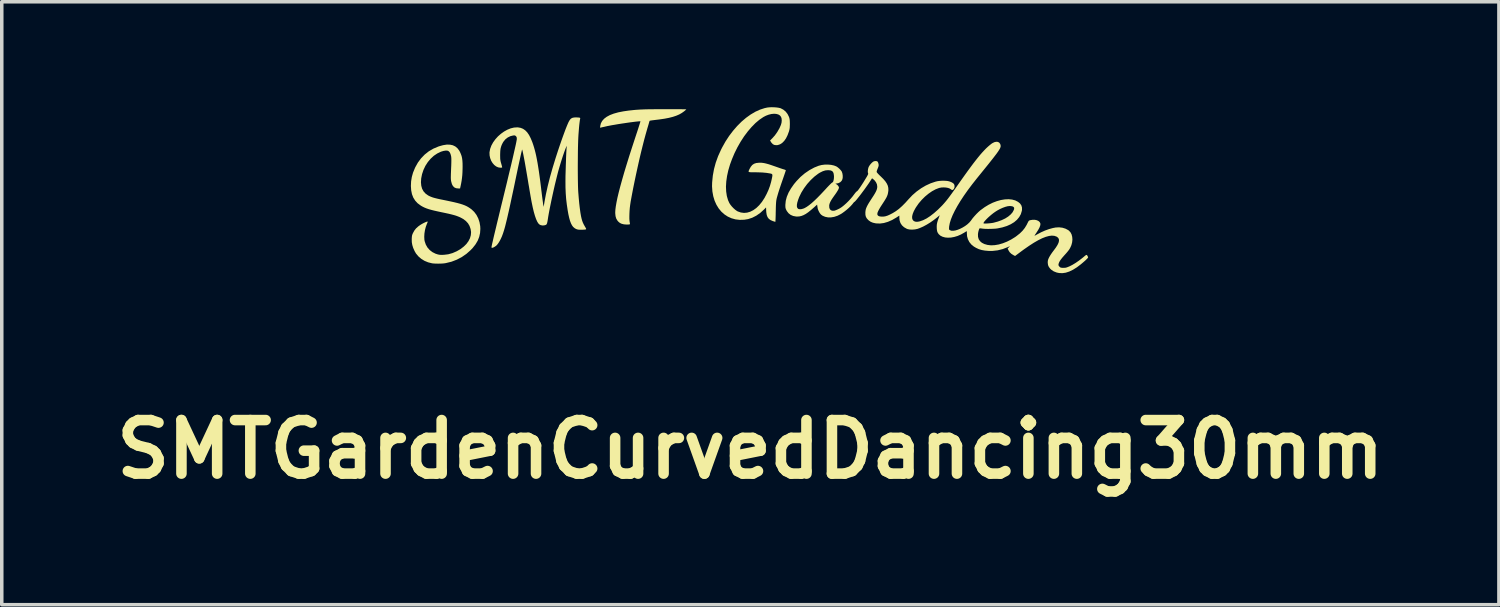
<source format=kicad_pcb>
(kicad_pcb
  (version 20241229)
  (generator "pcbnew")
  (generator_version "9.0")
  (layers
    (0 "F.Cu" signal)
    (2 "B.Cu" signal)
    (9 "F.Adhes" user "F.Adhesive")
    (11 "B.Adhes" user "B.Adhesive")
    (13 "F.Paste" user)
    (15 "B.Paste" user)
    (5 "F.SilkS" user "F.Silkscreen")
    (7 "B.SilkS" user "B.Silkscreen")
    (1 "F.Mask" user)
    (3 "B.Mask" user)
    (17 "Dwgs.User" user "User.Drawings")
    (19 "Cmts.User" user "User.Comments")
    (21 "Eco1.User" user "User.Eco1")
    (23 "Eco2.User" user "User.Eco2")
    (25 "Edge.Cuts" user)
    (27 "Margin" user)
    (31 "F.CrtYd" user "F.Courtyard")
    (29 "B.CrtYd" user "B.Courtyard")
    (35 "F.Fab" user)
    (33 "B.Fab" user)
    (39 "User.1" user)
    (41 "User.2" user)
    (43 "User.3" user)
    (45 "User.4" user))
  (footprint "SMTGardenCurvedDancing30mm"
    (layer "F.Cu")
    (at 18.295 9.734)
    (property "Reference" "SMTGardenCurvedDancing30mm" (at 0 0 0) (layer "F.SilkS") (effects (font (size 1.524 1.524) (thickness 0.3))))
    (attr board_only exclude_from_pos_files exclude_from_bom)
    (fp_poly (pts (xy -2.226 -9.678) (xy -2.131 -9.677) (xy -2.046 -9.677) (xy -1.971 -9.677) (xy -1.91 -9.676) (xy -1.863 -9.675) (xy -1.833 -9.674) (xy -1.821 -9.673) (xy -1.821 -9.673) (xy -1.828 -9.665) (xy -1.847 -9.647) (xy -1.875 -9.624) (xy -1.883 -9.617) (xy -1.949 -9.57) (xy -2.023 -9.528) (xy -2.107 -9.492) (xy -2.203 -9.46) (xy -2.313 -9.432) (xy -2.437 -9.408) (xy -2.579 -9.387) (xy -2.678 -9.375) (xy -2.735 -9.368) (xy -2.785 -9.362) (xy -2.825 -9.356) (xy -2.851 -9.352) (xy -2.859 -9.35) (xy -2.869 -9.336) (xy -2.874 -9.321) (xy -2.878 -9.305) (xy -2.887 -9.273) (xy -2.9 -9.228) (xy -2.916 -9.175) (xy -2.934 -9.115) (xy -2.935 -9.109) (xy -2.976 -8.967) (xy -3.019 -8.809) (xy -3.063 -8.636) (xy -3.109 -8.451) (xy -3.155 -8.256) (xy -3.2 -8.055) (xy -3.245 -7.849) (xy -3.289 -7.642) (xy -3.331 -7.436) (xy -3.37 -7.233) (xy -3.406 -7.037) (xy -3.407 -7.028) (xy -3.418 -6.954) (xy -3.428 -6.874) (xy -3.435 -6.79) (xy -3.439 -6.707) (xy -3.441 -6.629) (xy -3.441 -6.559) (xy -3.437 -6.502) (xy -3.432 -6.465) (xy -3.426 -6.434) (xy -3.424 -6.412) (xy -3.426 -6.405) (xy -3.44 -6.4) (xy -3.47 -6.397) (xy -3.507 -6.396) (xy -3.548 -6.398) (xy -3.586 -6.401) (xy -3.6 -6.403) (xy -3.663 -6.419) (xy -3.712 -6.443) (xy -3.755 -6.479) (xy -3.785 -6.515) (xy -3.815 -6.568) (xy -3.834 -6.633) (xy -3.842 -6.712) (xy -3.843 -6.737) (xy -3.839 -6.815) (xy -3.827 -6.911) (xy -3.807 -7.026) (xy -3.78 -7.159) (xy -3.744 -7.31) (xy -3.7 -7.479) (xy -3.648 -7.667) (xy -3.589 -7.873) (xy -3.521 -8.097) (xy -3.446 -8.339) (xy -3.362 -8.6) (xy -3.271 -8.878) (xy -3.241 -8.969) (xy -3.213 -9.053) (xy -3.188 -9.13) (xy -3.167 -9.197) (xy -3.149 -9.253) (xy -3.136 -9.295) (xy -3.128 -9.322) (xy -3.126 -9.332) (xy -3.139 -9.334) (xy -3.169 -9.332) (xy -3.215 -9.328) (xy -3.273 -9.322) (xy -3.342 -9.313) (xy -3.42 -9.303) (xy -3.503 -9.291) (xy -3.591 -9.278) (xy -3.679 -9.265) (xy -3.768 -9.251) (xy -3.853 -9.236) (xy -3.933 -9.223) (xy -4.005 -9.209) (xy -4.068 -9.197) (xy -4.107 -9.188) (xy -4.154 -9.177) (xy -4.197 -9.168) (xy -4.23 -9.16) (xy -4.246 -9.157) (xy -4.275 -9.15) (xy -4.269 -9.201) (xy -4.251 -9.276) (xy -4.214 -9.344) (xy -4.159 -9.406) (xy -4.086 -9.461) (xy -3.995 -9.51) (xy -3.885 -9.552) (xy -3.756 -9.588) (xy -3.608 -9.617) (xy -3.455 -9.639) (xy -3.387 -9.646) (xy -3.324 -9.653) (xy -3.262 -9.659) (xy -3.2 -9.663) (xy -3.136 -9.667) (xy -3.067 -9.67) (xy -2.991 -9.673) (xy -2.906 -9.675) (xy -2.81 -9.676) (xy -2.7 -9.677) (xy -2.574 -9.677) (xy -2.438 -9.678) (xy -2.329 -9.678)) (stroke (width 0) (type solid)) (fill yes) (layer "F.SilkS"))
    (fp_poly (pts (xy 0.679 -9.732) (xy 0.747 -9.727) (xy 0.808 -9.718) (xy 0.855 -9.707) (xy 0.864 -9.704) (xy 0.94 -9.664) (xy 1.006 -9.609) (xy 1.06 -9.539) (xy 1.1 -9.458) (xy 1.108 -9.434) (xy 1.117 -9.398) (xy 1.122 -9.354) (xy 1.124 -9.298) (xy 1.125 -9.254) (xy 1.123 -9.195) (xy 1.121 -9.149) (xy 1.115 -9.11) (xy 1.106 -9.07) (xy 1.097 -9.039) (xy 1.059 -8.937) (xy 1.015 -8.848) (xy 0.964 -8.775) (xy 0.907 -8.718) (xy 0.846 -8.679) (xy 0.781 -8.657) (xy 0.74 -8.654) (xy 0.687 -8.66) (xy 0.644 -8.68) (xy 0.607 -8.717) (xy 0.591 -8.74) (xy 0.562 -8.787) (xy 0.625 -8.85) (xy 0.7 -8.934) (xy 0.769 -9.032) (xy 0.829 -9.136) (xy 0.87 -9.229) (xy 0.888 -9.293) (xy 0.894 -9.357) (xy 0.889 -9.415) (xy 0.874 -9.459) (xy 0.843 -9.499) (xy 0.797 -9.527) (xy 0.74 -9.543) (xy 0.674 -9.548) (xy 0.601 -9.541) (xy 0.523 -9.522) (xy 0.444 -9.492) (xy 0.371 -9.454) (xy 0.258 -9.377) (xy 0.145 -9.282) (xy 0.035 -9.17) (xy -0.073 -9.044) (xy -0.177 -8.905) (xy -0.275 -8.754) (xy -0.366 -8.595) (xy -0.449 -8.428) (xy -0.522 -8.255) (xy -0.576 -8.108) (xy -0.626 -7.94) (xy -0.662 -7.777) (xy -0.684 -7.622) (xy -0.693 -7.474) (xy -0.687 -7.336) (xy -0.668 -7.208) (xy -0.635 -7.093) (xy -0.597 -7.008) (xy -0.566 -6.96) (xy -0.525 -6.909) (xy -0.477 -6.859) (xy -0.427 -6.815) (xy -0.38 -6.782) (xy -0.359 -6.77) (xy -0.27 -6.739) (xy -0.18 -6.727) (xy -0.091 -6.735) (xy -0.002 -6.761) (xy 0.085 -6.805) (xy 0.17 -6.866) (xy 0.252 -6.945) (xy 0.33 -7.04) (xy 0.403 -7.152) (xy 0.465 -7.268) (xy 0.516 -7.38) (xy 0.557 -7.49) (xy 0.59 -7.604) (xy 0.605 -7.667) (xy 0.618 -7.728) (xy 0.626 -7.772) (xy 0.628 -7.803) (xy 0.623 -7.823) (xy 0.612 -7.835) (xy 0.592 -7.843) (xy 0.565 -7.849) (xy 0.461 -7.866) (xy 0.341 -7.877) (xy 0.204 -7.882) (xy 0.13 -7.883) (xy 0.063 -7.883) (xy 0.013 -7.884) (xy -0.021 -7.887) (xy -0.041 -7.892) (xy -0.049 -7.903) (xy -0.048 -7.918) (xy -0.039 -7.941) (xy -0.025 -7.971) (xy -0.025 -7.972) (xy 0.013 -8.039) (xy 0.055 -8.09) (xy 0.106 -8.125) (xy 0.167 -8.146) (xy 0.243 -8.154) (xy 0.273 -8.155) (xy 0.317 -8.154) (xy 0.362 -8.149) (xy 0.409 -8.141) (xy 0.462 -8.128) (xy 0.524 -8.111) (xy 0.597 -8.087) (xy 0.686 -8.056) (xy 0.712 -8.047) (xy 0.775 -8.025) (xy 0.835 -8.004) (xy 0.888 -7.986) (xy 0.931 -7.972) (xy 0.959 -7.964) (xy 0.964 -7.962) (xy 0.991 -7.953) (xy 1.008 -7.944) (xy 1.01 -7.94) (xy 1.007 -7.928) (xy 0.998 -7.9) (xy 0.984 -7.858) (xy 0.966 -7.805) (xy 0.945 -7.744) (xy 0.926 -7.689) (xy 0.877 -7.548) (xy 0.835 -7.423) (xy 0.8 -7.314) (xy 0.773 -7.222) (xy 0.752 -7.147) (xy 0.744 -7.109) (xy 0.738 -7.074) (xy 0.733 -7.025) (xy 0.729 -6.96) (xy 0.726 -6.878) (xy 0.724 -6.778) (xy 0.723 -6.755) (xy 0.722 -6.682) (xy 0.72 -6.616) (xy 0.718 -6.56) (xy 0.716 -6.516) (xy 0.714 -6.486) (xy 0.712 -6.473) (xy 0.712 -6.473) (xy 0.7 -6.476) (xy 0.674 -6.484) (xy 0.64 -6.495) (xy 0.637 -6.496) (xy 0.574 -6.524) (xy 0.526 -6.56) (xy 0.49 -6.608) (xy 0.467 -6.668) (xy 0.455 -6.743) (xy 0.452 -6.78) (xy 0.448 -6.883) (xy 0.387 -6.822) (xy 0.28 -6.725) (xy 0.169 -6.648) (xy 0.055 -6.59) (xy -0.064 -6.551) (xy -0.172 -6.533) (xy -0.3 -6.529) (xy -0.422 -6.543) (xy -0.536 -6.575) (xy -0.642 -6.623) (xy -0.738 -6.686) (xy -0.825 -6.764) (xy -0.9 -6.855) (xy -0.964 -6.959) (xy -1.016 -7.075) (xy -1.054 -7.201) (xy -1.079 -7.338) (xy -1.089 -7.483) (xy -1.086 -7.593) (xy -1.067 -7.786) (xy -1.033 -7.973) (xy -0.983 -8.158) (xy -0.916 -8.343) (xy -0.831 -8.53) (xy -0.8 -8.591) (xy -0.706 -8.759) (xy -0.603 -8.917) (xy -0.491 -9.064) (xy -0.373 -9.2) (xy -0.25 -9.323) (xy -0.122 -9.432) (xy 0.009 -9.526) (xy 0.141 -9.604) (xy 0.275 -9.665) (xy 0.407 -9.708) (xy 0.484 -9.725) (xy 0.542 -9.731) (xy 0.608 -9.734)) (stroke (width 0) (type solid)) (fill yes) (layer "F.SilkS"))
    (fp_poly (pts (xy -8.546 -8.669) (xy -8.465 -8.652) (xy -8.393 -8.618) (xy -8.332 -8.567) (xy -8.281 -8.5) (xy -8.259 -8.459) (xy -8.234 -8.402) (xy -8.214 -8.346) (xy -8.2 -8.285) (xy -8.191 -8.217) (xy -8.186 -8.138) (xy -8.185 -8.045) (xy -8.186 -7.978) (xy -8.189 -7.881) (xy -8.194 -7.798) (xy -8.202 -7.722) (xy -8.212 -7.648) (xy -8.226 -7.568) (xy -8.24 -7.5) (xy -8.257 -7.423) (xy -8.31 -7.423) (xy -8.371 -7.43) (xy -8.421 -7.453) (xy -8.46 -7.492) (xy -8.489 -7.547) (xy -8.509 -7.619) (xy -8.514 -7.644) (xy -8.517 -7.671) (xy -8.519 -7.7) (xy -8.52 -7.736) (xy -8.519 -7.78) (xy -8.518 -7.836) (xy -8.515 -7.907) (xy -8.512 -7.985) (xy -8.508 -8.075) (xy -8.506 -8.147) (xy -8.505 -8.206) (xy -8.505 -8.252) (xy -8.506 -8.288) (xy -8.509 -8.318) (xy -8.512 -8.342) (xy -8.53 -8.407) (xy -8.555 -8.457) (xy -8.589 -8.488) (xy -8.594 -8.491) (xy -8.627 -8.5) (xy -8.674 -8.499) (xy -8.73 -8.49) (xy -8.792 -8.471) (xy -8.802 -8.468) (xy -8.906 -8.418) (xy -9.004 -8.352) (xy -9.094 -8.269) (xy -9.174 -8.174) (xy -9.243 -8.067) (xy -9.298 -7.951) (xy -9.339 -7.828) (xy -9.339 -7.828) (xy -9.363 -7.708) (xy -9.37 -7.599) (xy -9.361 -7.501) (xy -9.337 -7.415) (xy -9.296 -7.34) (xy -9.238 -7.276) (xy -9.165 -7.224) (xy -9.146 -7.214) (xy -9.113 -7.198) (xy -9.079 -7.184) (xy -9.042 -7.17) (xy -9 -7.157) (xy -8.95 -7.144) (xy -8.889 -7.129) (xy -8.815 -7.113) (xy -8.726 -7.095) (xy -8.667 -7.083) (xy -8.539 -7.056) (xy -8.429 -7.032) (xy -8.334 -7.009) (xy -8.253 -6.987) (xy -8.184 -6.965) (xy -8.123 -6.942) (xy -8.07 -6.918) (xy -8.022 -6.891) (xy -7.976 -6.861) (xy -7.931 -6.828) (xy -7.931 -6.828) (xy -7.854 -6.755) (xy -7.79 -6.669) (xy -7.74 -6.571) (xy -7.704 -6.463) (xy -7.684 -6.35) (xy -7.68 -6.272) (xy -7.688 -6.156) (xy -7.713 -6.044) (xy -7.755 -5.937) (xy -7.817 -5.833) (xy -7.897 -5.731) (xy -7.958 -5.667) (xy -8.078 -5.561) (xy -8.21 -5.47) (xy -8.352 -5.396) (xy -8.501 -5.339) (xy -8.656 -5.301) (xy -8.682 -5.296) (xy -8.74 -5.289) (xy -8.809 -5.285) (xy -8.882 -5.284) (xy -8.954 -5.285) (xy -9.017 -5.289) (xy -9.052 -5.293) (xy -9.165 -5.321) (xy -9.269 -5.364) (xy -9.363 -5.422) (xy -9.444 -5.492) (xy -9.512 -5.574) (xy -9.551 -5.642) (xy -9.591 -5.732) (xy -9.616 -5.814) (xy -9.63 -5.894) (xy -9.632 -5.979) (xy -9.632 -5.987) (xy -9.629 -6.037) (xy -9.625 -6.075) (xy -9.617 -6.106) (xy -9.604 -6.138) (xy -9.598 -6.152) (xy -9.557 -6.226) (xy -9.509 -6.287) (xy -9.448 -6.342) (xy -9.394 -6.381) (xy -9.352 -6.407) (xy -9.307 -6.432) (xy -9.264 -6.453) (xy -9.226 -6.47) (xy -9.196 -6.48) (xy -9.18 -6.481) (xy -9.178 -6.48) (xy -9.179 -6.47) (xy -9.187 -6.446) (xy -9.2 -6.417) (xy -9.232 -6.33) (xy -9.256 -6.236) (xy -9.271 -6.14) (xy -9.276 -6.048) (xy -9.272 -5.964) (xy -9.264 -5.922) (xy -9.232 -5.827) (xy -9.184 -5.742) (xy -9.12 -5.67) (xy -9.043 -5.611) (xy -8.953 -5.566) (xy -8.893 -5.547) (xy -8.853 -5.538) (xy -8.812 -5.534) (xy -8.761 -5.534) (xy -8.718 -5.535) (xy -8.594 -5.55) (xy -8.472 -5.584) (xy -8.352 -5.636) (xy -8.248 -5.696) (xy -8.156 -5.766) (xy -8.079 -5.841) (xy -8.019 -5.922) (xy -7.976 -6.006) (xy -7.951 -6.093) (xy -7.944 -6.181) (xy -7.957 -6.269) (xy -7.958 -6.271) (xy -7.988 -6.358) (xy -8.032 -6.432) (xy -8.091 -6.496) (xy -8.166 -6.553) (xy -8.236 -6.592) (xy -8.279 -6.612) (xy -8.324 -6.63) (xy -8.373 -6.648) (xy -8.429 -6.665) (xy -8.494 -6.682) (xy -8.571 -6.701) (xy -8.663 -6.721) (xy -8.772 -6.744) (xy -8.783 -6.746) (xy -8.898 -6.771) (xy -8.996 -6.793) (xy -9.079 -6.814) (xy -9.149 -6.834) (xy -9.211 -6.855) (xy -9.265 -6.877) (xy -9.315 -6.901) (xy -9.363 -6.928) (xy -9.38 -6.939) (xy -9.465 -7.002) (xy -9.534 -7.077) (xy -9.588 -7.163) (xy -9.626 -7.262) (xy -9.648 -7.373) (xy -9.656 -7.493) (xy -9.65 -7.624) (xy -9.63 -7.748) (xy -9.596 -7.87) (xy -9.545 -7.995) (xy -9.53 -8.028) (xy -9.455 -8.162) (xy -9.365 -8.282) (xy -9.262 -8.388) (xy -9.146 -8.48) (xy -9.017 -8.555) (xy -8.875 -8.615) (xy -8.855 -8.622) (xy -8.741 -8.654) (xy -8.638 -8.67)) (stroke (width 0) (type solid)) (fill yes) (layer "F.SilkS"))
    (fp_poly (pts (xy -4.926 -9.443) (xy -4.889 -9.441) (xy -4.864 -9.438) (xy -4.845 -9.432) (xy -4.839 -9.423) (xy -4.841 -9.402) (xy -4.843 -9.395) (xy -4.85 -9.357) (xy -4.857 -9.305) (xy -4.865 -9.237) (xy -4.873 -9.154) (xy -4.881 -9.052) (xy -4.889 -8.949) (xy -4.893 -8.879) (xy -4.897 -8.794) (xy -4.9 -8.694) (xy -4.903 -8.582) (xy -4.905 -8.461) (xy -4.906 -8.334) (xy -4.907 -8.203) (xy -4.908 -8.071) (xy -4.908 -7.94) (xy -4.907 -7.813) (xy -4.906 -7.693) (xy -4.904 -7.581) (xy -4.902 -7.481) (xy -4.899 -7.395) (xy -4.895 -7.327) (xy -4.894 -7.313) (xy -4.881 -7.148) (xy -4.867 -7) (xy -4.852 -6.87) (xy -4.837 -6.759) (xy -4.832 -6.726) (xy -4.817 -6.639) (xy -4.801 -6.567) (xy -4.784 -6.506) (xy -4.764 -6.452) (xy -4.739 -6.399) (xy -4.708 -6.344) (xy -4.699 -6.328) (xy -4.68 -6.296) (xy -4.671 -6.277) (xy -4.671 -6.266) (xy -4.678 -6.259) (xy -4.68 -6.258) (xy -4.696 -6.254) (xy -4.728 -6.251) (xy -4.77 -6.249) (xy -4.802 -6.248) (xy -4.853 -6.249) (xy -4.89 -6.251) (xy -4.92 -6.257) (xy -4.947 -6.266) (xy -4.96 -6.271) (xy -5.002 -6.296) (xy -5.04 -6.329) (xy -5.073 -6.374) (xy -5.102 -6.43) (xy -5.129 -6.501) (xy -5.153 -6.587) (xy -5.176 -6.69) (xy -5.196 -6.803) (xy -5.22 -6.964) (xy -5.239 -7.122) (xy -5.251 -7.283) (xy -5.258 -7.451) (xy -5.259 -7.631) (xy -5.258 -7.773) (xy -5.255 -7.871) (xy -5.252 -7.975) (xy -5.249 -8.08) (xy -5.245 -8.185) (xy -5.242 -8.285) (xy -5.238 -8.377) (xy -5.234 -8.459) (xy -5.23 -8.527) (xy -5.227 -8.573) (xy -5.222 -8.638) (xy -5.248 -8.578) (xy -5.272 -8.517) (xy -5.3 -8.44) (xy -5.331 -8.35) (xy -5.363 -8.252) (xy -5.395 -8.148) (xy -5.427 -8.042) (xy -5.457 -7.938) (xy -5.472 -7.883) (xy -5.5 -7.773) (xy -5.53 -7.651) (xy -5.562 -7.52) (xy -5.593 -7.384) (xy -5.624 -7.244) (xy -5.654 -7.106) (xy -5.682 -6.971) (xy -5.708 -6.844) (xy -5.73 -6.728) (xy -5.748 -6.626) (xy -5.756 -6.574) (xy -5.766 -6.51) (xy -5.775 -6.463) (xy -5.784 -6.429) (xy -5.794 -6.407) (xy -5.807 -6.392) (xy -5.825 -6.383) (xy -5.849 -6.376) (xy -5.857 -6.374) (xy -5.911 -6.369) (xy -5.965 -6.38) (xy -5.998 -6.397) (xy -6.03 -6.428) (xy -6.062 -6.479) (xy -6.094 -6.55) (xy -6.126 -6.641) (xy -6.158 -6.751) (xy -6.189 -6.881) (xy -6.22 -7.03) (xy -6.232 -7.093) (xy -6.24 -7.141) (xy -6.252 -7.206) (xy -6.265 -7.283) (xy -6.28 -7.37) (xy -6.295 -7.463) (xy -6.312 -7.558) (xy -6.327 -7.653) (xy -6.327 -7.653) (xy -6.353 -7.806) (xy -6.377 -7.946) (xy -6.399 -8.074) (xy -6.419 -8.188) (xy -6.438 -8.287) (xy -6.454 -8.371) (xy -6.468 -8.439) (xy -6.479 -8.489) (xy -6.488 -8.52) (xy -6.492 -8.531) (xy -6.495 -8.523) (xy -6.501 -8.497) (xy -6.511 -8.455) (xy -6.525 -8.397) (xy -6.541 -8.325) (xy -6.559 -8.24) (xy -6.58 -8.145) (xy -6.603 -8.04) (xy -6.627 -7.926) (xy -6.652 -7.806) (xy -6.667 -7.735) (xy -6.709 -7.533) (xy -6.748 -7.348) (xy -6.784 -7.182) (xy -6.816 -7.031) (xy -6.845 -6.896) (xy -6.872 -6.774) (xy -6.897 -6.666) (xy -6.919 -6.57) (xy -6.94 -6.484) (xy -6.959 -6.407) (xy -6.976 -6.339) (xy -6.993 -6.279) (xy -7.009 -6.225) (xy -7.025 -6.175) (xy -7.04 -6.13) (xy -7.056 -6.088) (xy -7.064 -6.065) (xy -7.094 -5.998) (xy -7.127 -5.933) (xy -7.163 -5.874) (xy -7.198 -5.827) (xy -7.23 -5.793) (xy -7.234 -5.79) (xy -7.277 -5.761) (xy -7.313 -5.742) (xy -7.341 -5.734) (xy -7.359 -5.737) (xy -7.363 -5.747) (xy -7.362 -5.76) (xy -7.358 -5.783) (xy -7.351 -5.817) (xy -7.341 -5.863) (xy -7.327 -5.922) (xy -7.311 -5.993) (xy -7.291 -6.079) (xy -7.267 -6.179) (xy -7.239 -6.295) (xy -7.208 -6.426) (xy -7.172 -6.574) (xy -7.132 -6.739) (xy -7.088 -6.922) (xy -7.038 -7.124) (xy -7.023 -7.188) (xy -6.973 -7.392) (xy -6.926 -7.585) (xy -6.883 -7.767) (xy -6.842 -7.937) (xy -6.804 -8.095) (xy -6.77 -8.24) (xy -6.74 -8.37) (xy -6.714 -8.486) (xy -6.691 -8.586) (xy -6.672 -8.67) (xy -6.658 -8.738) (xy -6.649 -8.788) (xy -6.643 -8.819) (xy -6.643 -8.829) (xy -6.644 -8.864) (xy -6.651 -8.888) (xy -6.665 -8.907) (xy -6.668 -8.91) (xy -6.687 -8.926) (xy -6.707 -8.932) (xy -6.736 -8.931) (xy -6.741 -8.931) (xy -6.824 -8.911) (xy -6.901 -8.873) (xy -6.969 -8.82) (xy -7.024 -8.752) (xy -7.045 -8.717) (xy -7.073 -8.66) (xy -7.092 -8.606) (xy -7.106 -8.551) (xy -7.113 -8.49) (xy -7.116 -8.416) (xy -7.117 -8.373) (xy -7.116 -8.314) (xy -7.115 -8.268) (xy -7.111 -8.232) (xy -7.105 -8.198) (xy -7.096 -8.162) (xy -7.086 -8.128) (xy -7.074 -8.086) (xy -7.065 -8.051) (xy -7.06 -8.028) (xy -7.06 -8.021) (xy -7.071 -8.016) (xy -7.096 -8.014) (xy -7.111 -8.013) (xy -7.173 -8.023) (xy -7.232 -8.05) (xy -7.286 -8.092) (xy -7.333 -8.147) (xy -7.372 -8.211) (xy -7.4 -8.284) (xy -7.417 -8.361) (xy -7.42 -8.44) (xy -7.419 -8.456) (xy -7.401 -8.55) (xy -7.366 -8.644) (xy -7.316 -8.735) (xy -7.252 -8.823) (xy -7.179 -8.904) (xy -7.096 -8.977) (xy -7.007 -9.041) (xy -6.914 -9.093) (xy -6.818 -9.132) (xy -6.723 -9.155) (xy -6.629 -9.161) (xy -6.61 -9.16) (xy -6.535 -9.147) (xy -6.467 -9.12) (xy -6.405 -9.078) (xy -6.348 -9.02) (xy -6.296 -8.945) (xy -6.248 -8.852) (xy -6.202 -8.741) (xy -6.178 -8.672) (xy -6.154 -8.596) (xy -6.132 -8.518) (xy -6.111 -8.436) (xy -6.091 -8.348) (xy -6.072 -8.252) (xy -6.053 -8.148) (xy -6.034 -8.032) (xy -6.014 -7.904) (xy -5.994 -7.761) (xy -5.973 -7.602) (xy -5.951 -7.425) (xy -5.948 -7.396) (xy -5.937 -7.309) (xy -5.927 -7.226) (xy -5.917 -7.149) (xy -5.908 -7.082) (xy -5.9 -7.026) (xy -5.895 -6.985) (xy -5.891 -6.963) (xy -5.879 -6.898) (xy -5.857 -7.033) (xy -5.816 -7.253) (xy -5.764 -7.488) (xy -5.701 -7.739) (xy -5.626 -8.004) (xy -5.54 -8.285) (xy -5.471 -8.498) (xy -5.423 -8.64) (xy -5.377 -8.774) (xy -5.333 -8.898) (xy -5.292 -9.01) (xy -5.255 -9.11) (xy -5.221 -9.195) (xy -5.192 -9.264) (xy -5.169 -9.315) (xy -5.167 -9.318) (xy -5.136 -9.372) (xy -5.104 -9.408) (xy -5.066 -9.43) (xy -5.018 -9.441) (xy -4.967 -9.444)) (stroke (width 0) (type solid)) (fill yes) (layer "F.SilkS"))
    (fp_poly (pts (xy 7.043 -8.747) (xy 7.08 -8.727) (xy 7.106 -8.693) (xy 7.114 -8.674) (xy 7.118 -8.658) (xy 7.121 -8.642) (xy 7.122 -8.625) (xy 7.119 -8.607) (xy 7.113 -8.586) (xy 7.103 -8.562) (xy 7.087 -8.534) (xy 7.066 -8.5) (xy 7.039 -8.46) (xy 7.005 -8.412) (xy 6.963 -8.357) (xy 6.913 -8.292) (xy 6.854 -8.217) (xy 6.786 -8.131) (xy 6.707 -8.033) (xy 6.617 -7.922) (xy 6.516 -7.797) (xy 6.447 -7.712) (xy 6.312 -7.541) (xy 6.188 -7.376) (xy 6.076 -7.217) (xy 5.976 -7.065) (xy 5.889 -6.921) (xy 5.815 -6.786) (xy 5.754 -6.66) (xy 5.707 -6.544) (xy 5.675 -6.439) (xy 5.657 -6.346) (xy 5.655 -6.326) (xy 5.653 -6.289) (xy 5.653 -6.266) (xy 5.658 -6.252) (xy 5.669 -6.242) (xy 5.677 -6.237) (xy 5.717 -6.221) (xy 5.77 -6.219) (xy 5.831 -6.227) (xy 5.898 -6.247) (xy 5.968 -6.275) (xy 6.039 -6.311) (xy 6.108 -6.353) (xy 6.172 -6.4) (xy 6.209 -6.434) (xy 6.632 -6.434) (xy 6.635 -6.43) (xy 6.652 -6.426) (xy 6.684 -6.425) (xy 6.726 -6.426) (xy 6.775 -6.429) (xy 6.826 -6.434) (xy 6.875 -6.44) (xy 6.916 -6.447) (xy 6.919 -6.448) (xy 7.041 -6.481) (xy 7.152 -6.522) (xy 7.251 -6.569) (xy 7.336 -6.623) (xy 7.406 -6.682) (xy 7.46 -6.744) (xy 7.495 -6.81) (xy 7.503 -6.833) (xy 7.506 -6.869) (xy 7.491 -6.895) (xy 7.459 -6.913) (xy 7.409 -6.922) (xy 7.376 -6.923) (xy 7.32 -6.917) (xy 7.253 -6.899) (xy 7.179 -6.872) (xy 7.101 -6.837) (xy 7.024 -6.795) (xy 6.968 -6.759) (xy 6.917 -6.723) (xy 6.865 -6.682) (xy 6.814 -6.639) (xy 6.765 -6.595) (xy 6.721 -6.552) (xy 6.684 -6.512) (xy 6.655 -6.478) (xy 6.638 -6.452) (xy 6.632 -6.434) (xy 6.209 -6.434) (xy 6.229 -6.452) (xy 6.275 -6.506) (xy 6.284 -6.519) (xy 6.324 -6.574) (xy 6.376 -6.635) (xy 6.434 -6.698) (xy 6.493 -6.756) (xy 6.549 -6.805) (xy 6.554 -6.808) (xy 6.666 -6.89) (xy 6.781 -6.96) (xy 6.898 -7.018) (xy 7.015 -7.062) (xy 7.13 -7.094) (xy 7.242 -7.112) (xy 7.347 -7.117) (xy 7.446 -7.107) (xy 7.536 -7.083) (xy 7.614 -7.043) (xy 7.617 -7.041) (xy 7.673 -6.995) (xy 7.71 -6.942) (xy 7.728 -6.882) (xy 7.729 -6.813) (xy 7.724 -6.785) (xy 7.696 -6.692) (xy 7.649 -6.608) (xy 7.585 -6.531) (xy 7.505 -6.463) (xy 7.408 -6.404) (xy 7.296 -6.354) (xy 7.17 -6.315) (xy 7.034 -6.287) (xy 6.98 -6.28) (xy 6.914 -6.276) (xy 6.84 -6.273) (xy 6.765 -6.272) (xy 6.694 -6.273) (xy 6.632 -6.277) (xy 6.589 -6.282) (xy 6.556 -6.287) (xy 6.532 -6.288) (xy 6.522 -6.287) (xy 6.512 -6.273) (xy 6.501 -6.243) (xy 6.49 -6.205) (xy 6.481 -6.162) (xy 6.476 -6.122) (xy 6.478 -6.046) (xy 6.497 -5.98) (xy 6.534 -5.924) (xy 6.587 -5.878) (xy 6.658 -5.842) (xy 6.746 -5.817) (xy 6.749 -5.816) (xy 6.847 -5.805) (xy 6.953 -5.81) (xy 7.066 -5.829) (xy 7.183 -5.863) (xy 7.302 -5.91) (xy 7.42 -5.97) (xy 7.535 -6.041) (xy 7.576 -6.071) (xy 7.669 -6.145) (xy 7.745 -6.22) (xy 7.808 -6.299) (xy 7.861 -6.386) (xy 7.887 -6.439) (xy 7.905 -6.474) (xy 7.918 -6.497) (xy 7.932 -6.509) (xy 7.951 -6.517) (xy 7.966 -6.521) (xy 8.032 -6.532) (xy 8.095 -6.531) (xy 8.15 -6.519) (xy 8.196 -6.498) (xy 8.231 -6.468) (xy 8.25 -6.431) (xy 8.253 -6.406) (xy 8.246 -6.364) (xy 8.225 -6.309) (xy 8.19 -6.244) (xy 8.142 -6.169) (xy 8.139 -6.164) (xy 8.115 -6.129) (xy 8.097 -6.1) (xy 8.086 -6.082) (xy 8.085 -6.077) (xy 8.094 -6.081) (xy 8.117 -6.092) (xy 8.148 -6.11) (xy 8.163 -6.118) (xy 8.27 -6.175) (xy 8.382 -6.225) (xy 8.495 -6.266) (xy 8.604 -6.296) (xy 8.686 -6.312) (xy 8.784 -6.317) (xy 8.878 -6.306) (xy 8.966 -6.279) (xy 9.043 -6.238) (xy 9.064 -6.222) (xy 9.108 -6.175) (xy 9.139 -6.116) (xy 9.157 -6.046) (xy 9.163 -5.97) (xy 9.155 -5.89) (xy 9.134 -5.81) (xy 9.112 -5.759) (xy 9.097 -5.729) (xy 9.082 -5.702) (xy 9.065 -5.676) (xy 9.044 -5.649) (xy 9.017 -5.615) (xy 8.981 -5.573) (xy 8.933 -5.52) (xy 8.933 -5.52) (xy 8.877 -5.456) (xy 8.835 -5.403) (xy 8.804 -5.358) (xy 8.784 -5.319) (xy 8.771 -5.283) (xy 8.768 -5.271) (xy 8.766 -5.245) (xy 8.773 -5.224) (xy 8.791 -5.201) (xy 8.81 -5.183) (xy 8.828 -5.172) (xy 8.854 -5.167) (xy 8.886 -5.164) (xy 8.958 -5.166) (xy 9.005 -5.177) (xy 9.08 -5.207) (xy 9.164 -5.25) (xy 9.255 -5.305) (xy 9.349 -5.37) (xy 9.443 -5.442) (xy 9.487 -5.478) (xy 9.523 -5.509) (xy 9.548 -5.527) (xy 9.564 -5.533) (xy 9.576 -5.528) (xy 9.588 -5.511) (xy 9.6 -5.488) (xy 9.608 -5.473) (xy 9.608 -5.46) (xy 9.601 -5.446) (xy 9.582 -5.425) (xy 9.567 -5.41) (xy 9.541 -5.384) (xy 9.504 -5.351) (xy 9.46 -5.313) (xy 9.415 -5.275) (xy 9.407 -5.268) (xy 9.291 -5.18) (xy 9.181 -5.111) (xy 9.076 -5.06) (xy 8.975 -5.027) (xy 8.879 -5.013) (xy 8.785 -5.017) (xy 8.717 -5.031) (xy 8.632 -5.064) (xy 8.562 -5.111) (xy 8.529 -5.143) (xy 8.492 -5.192) (xy 8.47 -5.243) (xy 8.462 -5.302) (xy 8.461 -5.321) (xy 8.463 -5.357) (xy 8.469 -5.387) (xy 8.48 -5.42) (xy 8.5 -5.462) (xy 8.502 -5.466) (xy 8.525 -5.506) (xy 8.556 -5.555) (xy 8.592 -5.607) (xy 8.629 -5.656) (xy 8.63 -5.657) (xy 8.692 -5.741) (xy 8.738 -5.814) (xy 8.768 -5.877) (xy 8.781 -5.931) (xy 8.779 -5.976) (xy 8.761 -6.014) (xy 8.727 -6.044) (xy 8.709 -6.054) (xy 8.649 -6.075) (xy 8.578 -6.081) (xy 8.497 -6.071) (xy 8.405 -6.046) (xy 8.303 -6.006) (xy 8.19 -5.95) (xy 8.065 -5.878) (xy 7.929 -5.79) (xy 7.781 -5.687) (xy 7.713 -5.637) (xy 7.532 -5.502) (xy 7.49 -5.523) (xy 7.426 -5.563) (xy 7.378 -5.609) (xy 7.347 -5.658) (xy 7.32 -5.713) (xy 7.354 -5.748) (xy 7.388 -5.783) (xy 7.322 -5.753) (xy 7.179 -5.698) (xy 7.035 -5.662) (xy 6.89 -5.646) (xy 6.783 -5.646) (xy 6.676 -5.655) (xy 6.584 -5.671) (xy 6.501 -5.696) (xy 6.424 -5.732) (xy 6.359 -5.77) (xy 6.288 -5.828) (xy 6.231 -5.898) (xy 6.19 -5.978) (xy 6.166 -6.064) (xy 6.161 -6.14) (xy 6.16 -6.179) (xy 6.158 -6.2) (xy 6.153 -6.207) (xy 6.15 -6.206) (xy 6.135 -6.197) (xy 6.11 -6.181) (xy 6.083 -6.164) (xy 5.99 -6.112) (xy 5.895 -6.071) (xy 5.801 -6.043) (xy 5.709 -6.026) (xy 5.622 -6.022) (xy 5.541 -6.029) (xy 5.469 -6.049) (xy 5.407 -6.08) (xy 5.358 -6.124) (xy 5.33 -6.166) (xy 5.316 -6.201) (xy 5.308 -6.245) (xy 5.304 -6.293) (xy 5.303 -6.352) (xy 5.307 -6.405) (xy 5.318 -6.459) (xy 5.336 -6.519) (xy 5.356 -6.573) (xy 5.389 -6.662) (xy 5.313 -6.598) (xy 5.219 -6.525) (xy 5.119 -6.455) (xy 5.018 -6.393) (xy 4.92 -6.34) (xy 4.827 -6.299) (xy 4.756 -6.273) (xy 4.684 -6.258) (xy 4.61 -6.252) (xy 4.539 -6.254) (xy 4.477 -6.266) (xy 4.45 -6.276) (xy 4.373 -6.32) (xy 4.314 -6.374) (xy 4.272 -6.438) (xy 4.247 -6.512) (xy 4.24 -6.584) (xy 4.24 -6.651) (xy 4.154 -6.595) (xy 4.035 -6.526) (xy 3.916 -6.474) (xy 3.801 -6.44) (xy 3.689 -6.425) (xy 3.582 -6.429) (xy 3.565 -6.431) (xy 3.488 -6.448) (xy 3.425 -6.474) (xy 3.371 -6.511) (xy 3.358 -6.523) (xy 3.316 -6.568) (xy 3.289 -6.614) (xy 3.275 -6.668) (xy 3.273 -6.733) (xy 3.273 -6.743) (xy 3.277 -6.783) (xy 3.283 -6.821) (xy 3.295 -6.86) (xy 3.313 -6.902) (xy 3.337 -6.95) (xy 3.37 -7.007) (xy 3.413 -7.075) (xy 3.459 -7.146) (xy 3.508 -7.221) (xy 3.545 -7.282) (xy 3.573 -7.334) (xy 3.592 -7.377) (xy 3.604 -7.415) (xy 3.61 -7.451) (xy 3.611 -7.479) (xy 3.602 -7.54) (xy 3.575 -7.6) (xy 3.533 -7.655) (xy 3.492 -7.691) (xy 3.463 -7.712) (xy 3.4 -7.615) (xy 3.367 -7.565) (xy 3.327 -7.508) (xy 3.284 -7.447) (xy 3.238 -7.383) (xy 3.19 -7.319) (xy 3.144 -7.257) (xy 3.099 -7.199) (xy 3.058 -7.148) (xy 3.023 -7.104) (xy 2.994 -7.071) (xy 2.974 -7.05) (xy 2.965 -7.043) (xy 2.952 -7.035) (xy 2.937 -7.018) (xy 2.902 -6.973) (xy 2.855 -6.921) (xy 2.797 -6.865) (xy 2.734 -6.81) (xy 2.669 -6.759) (xy 2.606 -6.714) (xy 2.572 -6.693) (xy 2.48 -6.646) (xy 2.387 -6.615) (xy 2.296 -6.6) (xy 2.209 -6.6) (xy 2.129 -6.616) (xy 2.056 -6.647) (xy 2.013 -6.678) (xy 1.989 -6.705) (xy 1.963 -6.744) (xy 1.94 -6.789) (xy 1.923 -6.833) (xy 1.916 -6.859) (xy 1.911 -6.894) (xy 1.905 -6.928) (xy 1.9 -6.963) (xy 1.808 -6.88) (xy 1.721 -6.805) (xy 1.645 -6.744) (xy 1.576 -6.697) (xy 1.512 -6.663) (xy 1.452 -6.64) (xy 1.393 -6.627) (xy 1.333 -6.624) (xy 1.301 -6.625) (xy 1.219 -6.64) (xy 1.147 -6.671) (xy 1.087 -6.718) (xy 1.04 -6.779) (xy 1.028 -6.801) (xy 1.012 -6.834) (xy 1.003 -6.862) (xy 0.998 -6.89) (xy 0.998 -6.907) (xy 1.325 -6.907) (xy 1.337 -6.869) (xy 1.361 -6.844) (xy 1.372 -6.838) (xy 1.412 -6.831) (xy 1.461 -6.836) (xy 1.515 -6.852) (xy 1.547 -6.866) (xy 1.606 -6.9) (xy 1.67 -6.945) (xy 1.741 -7.002) (xy 1.819 -7.072) (xy 1.906 -7.156) (xy 2.002 -7.254) (xy 2.109 -7.368) (xy 2.136 -7.397) (xy 2.188 -7.454) (xy 2.235 -7.503) (xy 2.275 -7.543) (xy 2.306 -7.573) (xy 2.326 -7.589) (xy 2.332 -7.593) (xy 2.348 -7.602) (xy 2.361 -7.628) (xy 2.371 -7.666) (xy 2.378 -7.712) (xy 2.38 -7.763) (xy 2.379 -7.782) (xy 2.371 -7.844) (xy 2.354 -7.889) (xy 2.325 -7.919) (xy 2.283 -7.936) (xy 2.225 -7.943) (xy 2.208 -7.943) (xy 2.134 -7.936) (xy 2.059 -7.912) (xy 1.979 -7.872) (xy 1.932 -7.843) (xy 1.822 -7.759) (xy 1.717 -7.66) (xy 1.618 -7.55) (xy 1.529 -7.43) (xy 1.452 -7.306) (xy 1.391 -7.181) (xy 1.362 -7.105) (xy 1.337 -7.024) (xy 1.325 -6.959) (xy 1.325 -6.907) (xy 0.998 -6.907) (xy 0.997 -6.927) (xy 0.997 -6.958) (xy 1.008 -7.071) (xy 1.038 -7.185) (xy 1.087 -7.303) (xy 1.156 -7.423) (xy 1.243 -7.547) (xy 1.314 -7.632) (xy 1.426 -7.749) (xy 1.55 -7.854) (xy 1.682 -7.944) (xy 1.819 -8.018) (xy 1.946 -8.069) (xy 2.028 -8.09) (xy 2.117 -8.101) (xy 2.209 -8.102) (xy 2.298 -8.094) (xy 2.38 -8.076) (xy 2.445 -8.051) (xy 2.485 -8.025) (xy 2.528 -7.989) (xy 2.567 -7.949) (xy 2.597 -7.91) (xy 2.603 -7.899) (xy 2.619 -7.852) (xy 2.628 -7.796) (xy 2.629 -7.738) (xy 2.621 -7.688) (xy 2.598 -7.64) (xy 2.56 -7.602) (xy 2.51 -7.575) (xy 2.453 -7.563) (xy 2.441 -7.563) (xy 2.425 -7.562) (xy 2.425 -7.558) (xy 2.44 -7.548) (xy 2.447 -7.544) (xy 2.479 -7.52) (xy 2.504 -7.49) (xy 2.519 -7.463) (xy 2.521 -7.451) (xy 2.518 -7.429) (xy 2.507 -7.4) (xy 2.487 -7.364) (xy 2.458 -7.317) (xy 2.418 -7.258) (xy 2.395 -7.227) (xy 2.346 -7.157) (xy 2.308 -7.1) (xy 2.281 -7.052) (xy 2.262 -7.01) (xy 2.25 -6.973) (xy 2.244 -6.937) (xy 2.244 -6.933) (xy 2.247 -6.876) (xy 2.263 -6.832) (xy 2.294 -6.802) (xy 2.336 -6.788) (xy 2.388 -6.79) (xy 2.411 -6.796) (xy 2.445 -6.809) (xy 2.489 -6.828) (xy 2.534 -6.851) (xy 2.551 -6.86) (xy 2.604 -6.895) (xy 2.664 -6.943) (xy 2.729 -7.001) (xy 2.794 -7.065) (xy 2.857 -7.133) (xy 2.913 -7.2) (xy 2.945 -7.243) (xy 2.973 -7.28) (xy 2.998 -7.311) (xy 3.017 -7.331) (xy 3.027 -7.338) (xy 3.041 -7.347) (xy 3.063 -7.371) (xy 3.093 -7.411) (xy 3.13 -7.464) (xy 3.173 -7.529) (xy 3.222 -7.605) (xy 3.274 -7.691) (xy 3.293 -7.722) (xy 3.321 -7.769) (xy 3.339 -7.803) (xy 3.35 -7.827) (xy 3.353 -7.842) (xy 3.351 -7.854) (xy 3.35 -7.856) (xy 3.343 -7.883) (xy 3.343 -7.922) (xy 3.348 -7.966) (xy 3.358 -8.01) (xy 3.371 -8.042) (xy 3.395 -8.081) (xy 3.426 -8.121) (xy 3.461 -8.157) (xy 3.493 -8.183) (xy 3.503 -8.189) (xy 3.541 -8.201) (xy 3.581 -8.202) (xy 3.612 -8.193) (xy 3.628 -8.175) (xy 3.641 -8.144) (xy 3.65 -8.105) (xy 3.651 -8.079) (xy 3.647 -8.055) (xy 3.636 -8.021) (xy 3.621 -7.984) (xy 3.62 -7.982) (xy 3.601 -7.933) (xy 3.594 -7.9) (xy 3.595 -7.89) (xy 3.604 -7.875) (xy 3.626 -7.849) (xy 3.656 -7.817) (xy 3.693 -7.781) (xy 3.706 -7.769) (xy 3.781 -7.695) (xy 3.84 -7.627) (xy 3.882 -7.564) (xy 3.911 -7.502) (xy 3.925 -7.44) (xy 3.928 -7.375) (xy 3.923 -7.331) (xy 3.916 -7.289) (xy 3.907 -7.25) (xy 3.893 -7.212) (xy 3.875 -7.171) (xy 3.849 -7.125) (xy 3.815 -7.069) (xy 3.771 -7.001) (xy 3.754 -6.975) (xy 3.702 -6.895) (xy 3.663 -6.828) (xy 3.635 -6.774) (xy 3.618 -6.731) (xy 3.613 -6.697) (xy 3.617 -6.671) (xy 3.632 -6.651) (xy 3.652 -6.637) (xy 3.685 -6.627) (xy 3.73 -6.622) (xy 3.78 -6.622) (xy 3.829 -6.628) (xy 3.851 -6.633) (xy 3.909 -6.652) (xy 3.977 -6.683) (xy 4.05 -6.721) (xy 4.122 -6.765) (xy 4.142 -6.778) (xy 4.227 -6.841) (xy 4.318 -6.922) (xy 4.413 -7.018) (xy 4.503 -7.118) (xy 4.611 -7.232) (xy 4.731 -7.336) (xy 4.859 -7.428) (xy 4.992 -7.506) (xy 5.129 -7.569) (xy 5.265 -7.615) (xy 5.322 -7.629) (xy 5.379 -7.637) (xy 5.447 -7.642) (xy 5.518 -7.642) (xy 5.584 -7.638) (xy 5.623 -7.633) (xy 5.676 -7.619) (xy 5.725 -7.599) (xy 5.766 -7.575) (xy 5.793 -7.55) (xy 5.797 -7.543) (xy 5.811 -7.496) (xy 5.807 -7.447) (xy 5.793 -7.416) (xy 5.769 -7.387) (xy 5.745 -7.378) (xy 5.719 -7.388) (xy 5.709 -7.397) (xy 5.674 -7.42) (xy 5.625 -7.438) (xy 5.566 -7.449) (xy 5.501 -7.453) (xy 5.437 -7.45) (xy 5.377 -7.438) (xy 5.371 -7.437) (xy 5.272 -7.399) (xy 5.17 -7.344) (xy 5.069 -7.274) (xy 4.97 -7.192) (xy 4.876 -7.099) (xy 4.79 -6.998) (xy 4.715 -6.89) (xy 4.697 -6.861) (xy 4.651 -6.776) (xy 4.62 -6.699) (xy 4.604 -6.633) (xy 4.603 -6.577) (xy 4.618 -6.532) (xy 4.647 -6.499) (xy 4.665 -6.489) (xy 4.701 -6.477) (xy 4.741 -6.474) (xy 4.789 -6.48) (xy 4.825 -6.488) (xy 4.916 -6.52) (xy 5.015 -6.57) (xy 5.119 -6.638) (xy 5.227 -6.722) (xy 5.34 -6.822) (xy 5.407 -6.888) (xy 5.453 -6.934) (xy 5.495 -6.98) (xy 5.537 -7.028) (xy 5.579 -7.078) (xy 5.624 -7.135) (xy 5.672 -7.199) (xy 5.726 -7.273) (xy 5.788 -7.359) (xy 5.859 -7.46) (xy 5.868 -7.473) (xy 5.981 -7.634) (xy 6.084 -7.779) (xy 6.178 -7.91) (xy 6.264 -8.027) (xy 6.342 -8.132) (xy 6.414 -8.225) (xy 6.48 -8.308) (xy 6.541 -8.382) (xy 6.598 -8.447) (xy 6.652 -8.505) (xy 6.703 -8.558) (xy 6.738 -8.591) (xy 6.779 -8.628) (xy 6.822 -8.664) (xy 6.86 -8.694) (xy 6.887 -8.712) (xy 6.944 -8.74) (xy 6.997 -8.751)) (stroke (width 0) (type solid)) (fill yes) (layer "F.SilkS")))
  (gr_rect
    (start -3 -3)
    (end 39.591 14.152)
    (stroke (width 0.1) (type default))
    (fill no)
    (layer "Edge.Cuts")))
</source>
